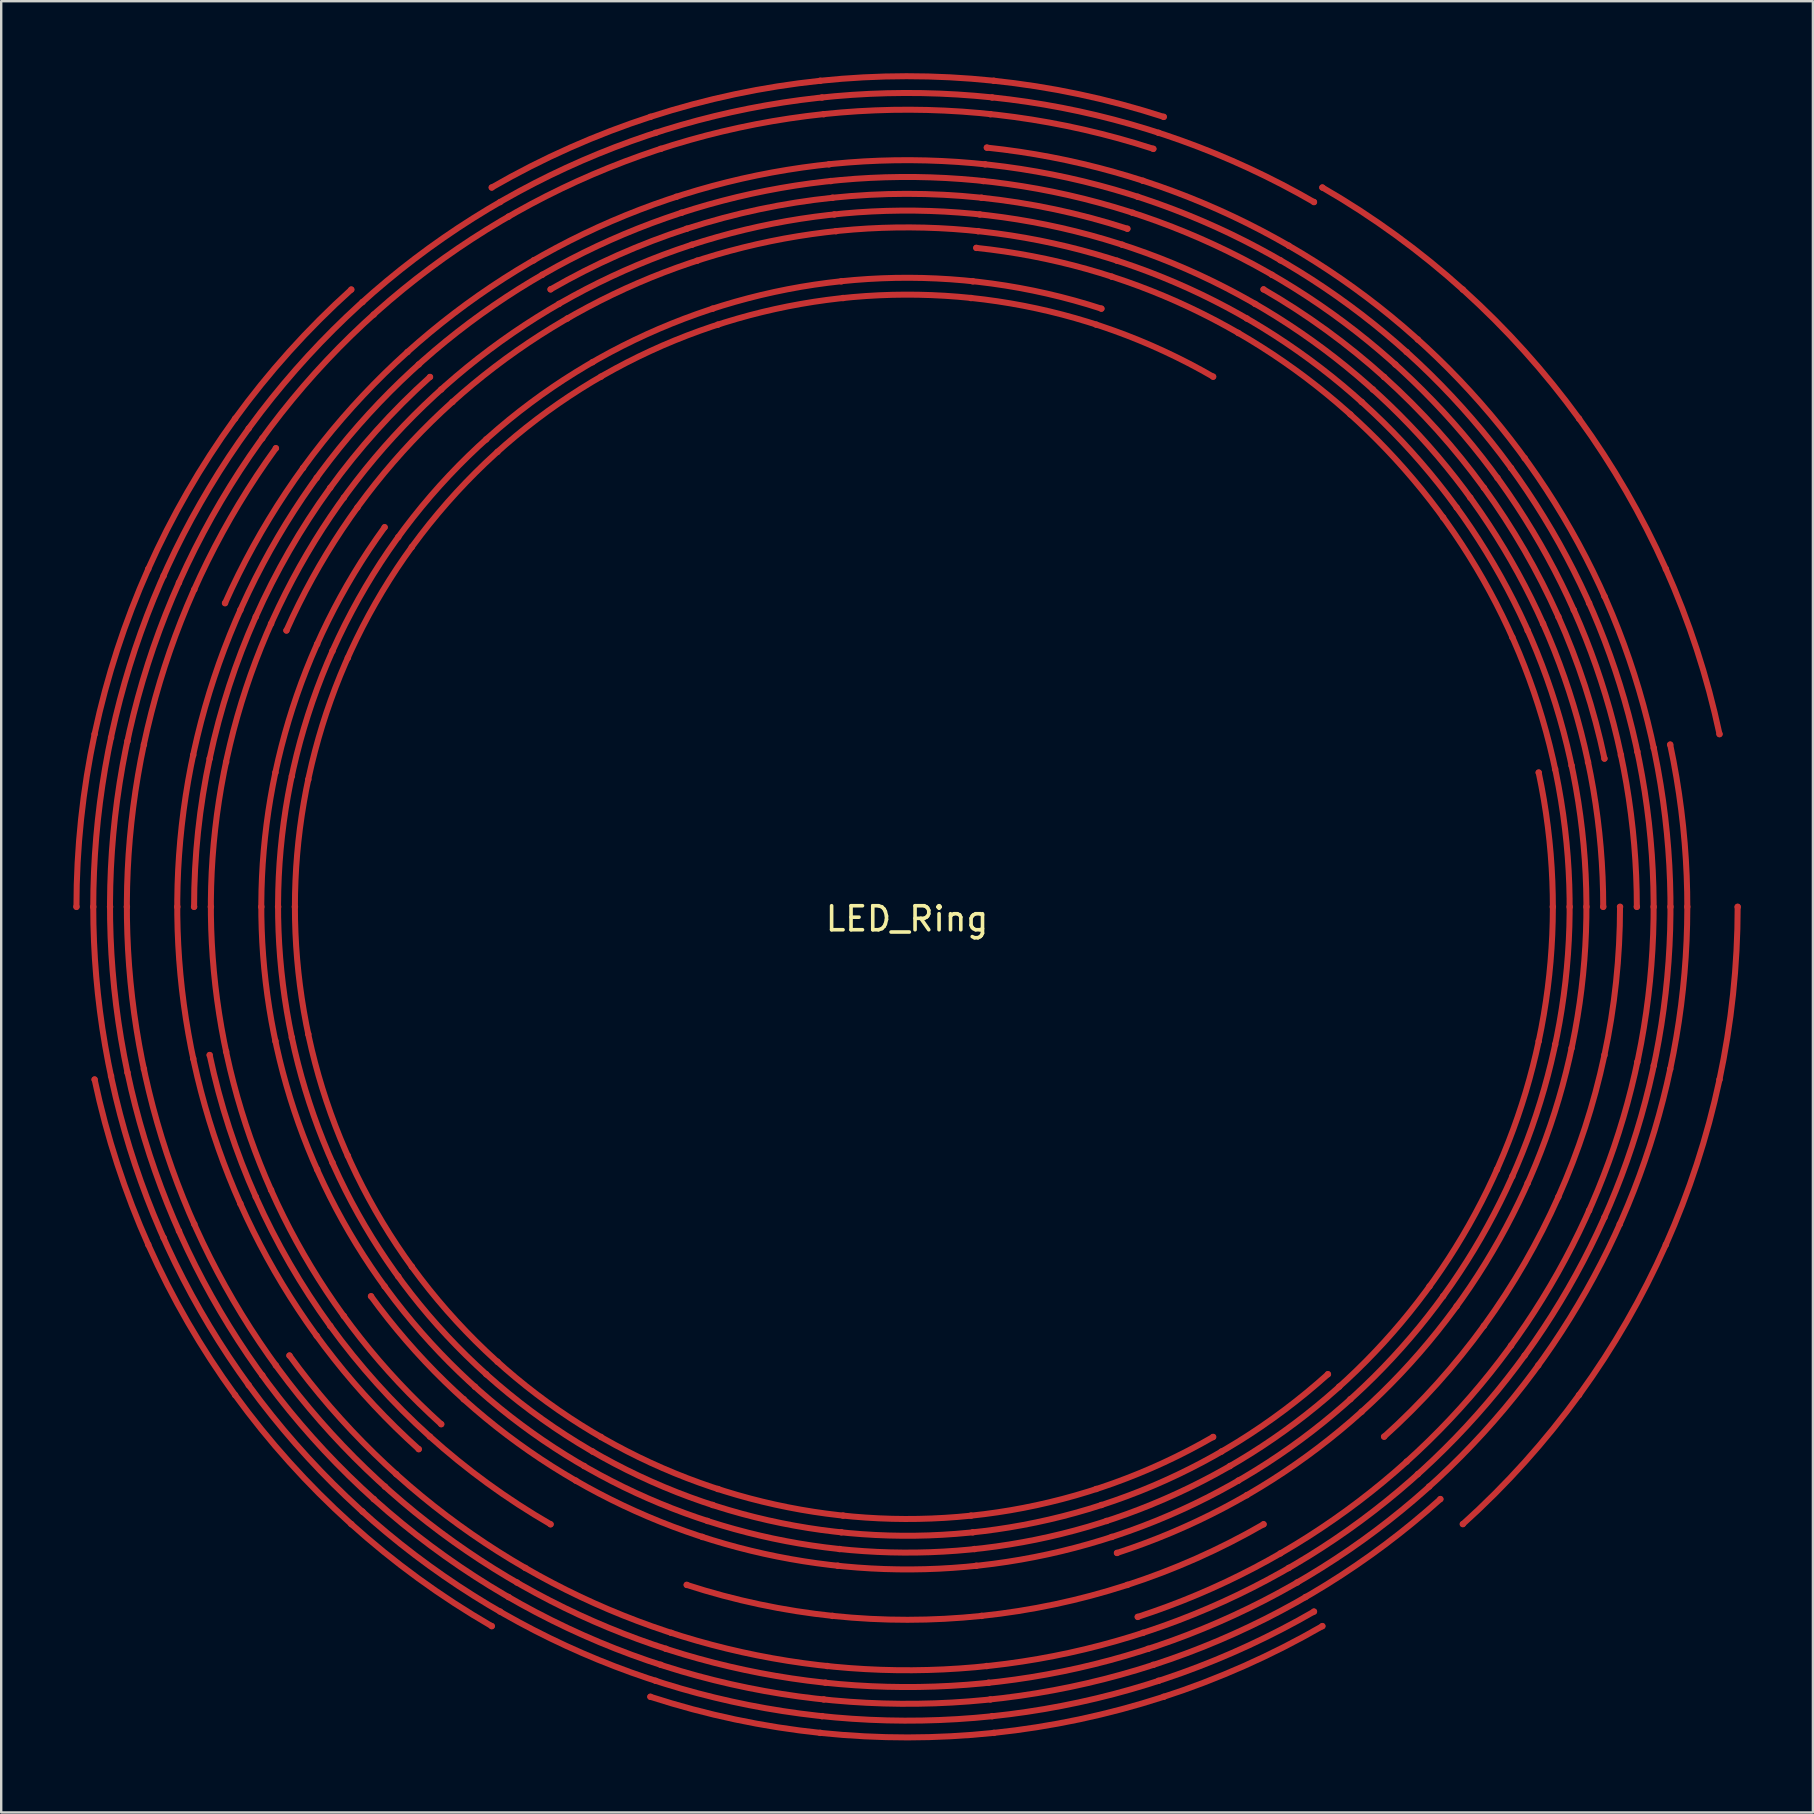
<source format=kicad_pcb>
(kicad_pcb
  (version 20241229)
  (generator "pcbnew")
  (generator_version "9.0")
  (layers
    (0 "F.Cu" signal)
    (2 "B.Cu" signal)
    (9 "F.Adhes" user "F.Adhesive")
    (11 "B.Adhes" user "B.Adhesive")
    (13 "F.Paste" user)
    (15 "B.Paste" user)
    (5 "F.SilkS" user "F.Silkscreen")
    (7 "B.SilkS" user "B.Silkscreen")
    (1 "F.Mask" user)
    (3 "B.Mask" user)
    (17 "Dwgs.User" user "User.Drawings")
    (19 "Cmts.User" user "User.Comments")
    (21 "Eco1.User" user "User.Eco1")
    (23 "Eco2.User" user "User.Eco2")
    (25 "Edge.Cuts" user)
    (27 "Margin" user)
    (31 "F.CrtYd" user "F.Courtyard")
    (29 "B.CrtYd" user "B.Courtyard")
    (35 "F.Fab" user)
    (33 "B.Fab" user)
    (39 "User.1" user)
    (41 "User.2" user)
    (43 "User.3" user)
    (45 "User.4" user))
  (footprint "LED_Ring"
    (layer "F.Cu")
    (at 34.735 34.725)
    (property "Reference" "LED_Ring" (at 0 0.5 0) (layer "F.SilkS") (effects (font (size 1 1) (thickness 0.15))))
    (attr through_hole)
    (fp_arc (start -34.6 0) (mid -31.608673 -14.073088) (end -23.151919 -25.712811) (stroke (width 0.25) (type solid)) (layer "F.Cu"))
    (fp_arc (start -29.7 0) (mid -27.1323 -12.080078) (end -19.873179 -22.071401) (stroke (width 0.25) (type solid)) (layer "F.Cu"))
    (fp_arc (start -28.411264 -12.649509) (mid 23.111804 -20.809962) (end 9.610429 29.577858) (stroke (width 0.25) (type solid)) (layer "F.Cu"))
    (fp_arc (start -25.853336 -11.510647) (mid 21.030998 -18.936396) (end 8.745181 26.914899) (stroke (width 0.25) (type solid)) (layer "F.Cu"))
    (fp_arc (start -20.34157 22.591603) (mid -12.364794 -27.771782) (end 30.4 0) (stroke (width 0.25) (type solid)) (layer "F.Cu"))
    (fp_arc (start -19.404788 21.5512) (mid -11.795363 -26.492819) (end 29 0) (stroke (width 0.25) (type solid)) (layer "F.Cu"))
    (fp_arc (start -17.3 -29.964479) (mid -3.616685 -34.410458) (end 10.691988 -32.906555) (stroke (width 0.25) (type solid)) (layer "F.Cu"))
    (fp_arc (start -17.3 29.964479) (mid -27.991988 20.33737) (end -33.843907 7.193745) (stroke (width 0.25) (type solid)) (layer "F.Cu"))
    (fp_arc (start -14.85 -25.720954) (mid -3.104496 -29.5373) (end 9.177804 -28.246378) (stroke (width 0.25) (type solid)) (layer "F.Cu"))
    (fp_arc (start -14.85 25.720954) (mid -24.027804 17.457222) (end -29.050983 6.174977) (stroke (width 0.25) (type solid)) (layer "F.Cu"))
    (fp_arc (start 2.884986 -27.448804) (mid 23.902301 13.8) (end -22.328869 16.222873) (stroke (width 0.25) (type solid)) (layer "F.Cu"))
    (fp_arc (start 3.324004 -31.625797) (mid 27.539609 15.899999) (end -25.72674 18.691572) (stroke (width 0.25) (type solid)) (layer "F.Cu"))
    (fp_arc (start 12.75 22.083648) (mid -25.5 0) (end 12.75 -22.083648) (stroke (width 0.25) (type solid)) (layer "F.Cu"))
    (fp_arc (start 14.85 -25.720954) (mid 24.027804 -17.457222) (end 29.050983 -6.174977) (stroke (width 0.25) (type solid)) (layer "F.Cu"))
    (fp_arc (start 14.85 25.720954) (mid 3.104496 29.5373) (end -9.177804 28.246378) (stroke (width 0.25) (type solid)) (layer "F.Cu"))
    (fp_arc (start 16.950001 29.358261) (mid -33.9 0.000001) (end 16.949999 -29.358262) (stroke (width 0.25) (type solid)) (layer "F.Cu"))
    (fp_arc (start 17.3 -29.964479) (mid 27.991988 -20.33737) (end 33.843907 -7.193745) (stroke (width 0.25) (type solid)) (layer "F.Cu"))
    (fp_arc (start 17.3 29.964479) (mid 3.616685 34.410458) (end -10.691988 32.906555) (stroke (width 0.25) (type solid)) (layer "F.Cu"))
    (fp_arc (start 17.531222 19.470394) (mid -25.627467 5.447287) (end 8.096245 -24.917681) (stroke (width 0.25) (type solid)) (layer "F.Cu"))
    (fp_arc (start 22.215136 24.672409) (mid -32.474501 6.902668) (end 10.259365 -31.575077) (stroke (width 0.25) (type solid)) (layer "F.Cu"))
    (fp_arc (start 26.31217 -5.592825) (mid -5.592824 26.31217) (end -21.762557 -15.811423) (stroke (width 0.25) (type solid)) (layer "F.Cu"))
    (fp_arc (start 29.7 0) (mid 27.1323 12.080078) (end 19.873179 22.071401) (stroke (width 0.25) (type solid)) (layer "F.Cu"))
    (fp_arc (start 31.789797 -6.75713) (mid -6.75713 31.789797) (end -26.293052 -19.103021) (stroke (width 0.25) (type solid)) (layer "F.Cu"))
    (fp_arc (start 34.6 0) (mid 31.608673 14.073088) (end 23.151919 25.712811) (stroke (width 0.25) (type solid)) (layer "F.Cu"))
    (pad "1" smd circle (at -29.7 0) (size 0.27 0.27) (layers "F.Cu"))
    (pad "1" smd circle (at -29 0) (size 0.27 0.27) (layers "F.Cu"))
    (pad "1" smd circle (at -28.366 -6.029) (size 0.27 0.27) (layers "F.Cu"))
    (pad "1" smd circle (at -28.366 6.029) (size 0.27 0.27) (layers "F.Cu"))
    (pad "1" smd circle (at -26.493 -11.795) (size 0.27 0.27) (layers "F.Cu"))
    (pad "1" smd circle (at -26.493 11.795) (size 0.27 0.27) (layers "F.Cu"))
    (pad "1" smd circle (at -25.727 18.692) (size 0.27 0.27) (layers "F.Cu"))
    (pad "1" smd circle (at -23.461 -17.046) (size 0.27 0.27) (layers "F.Cu"))
    (pad "1" smd circle (at -23.461 17.046) (size 0.27 0.27) (layers "F.Cu"))
    (pad "1" smd circle (at -22.329 16.223) (size 0.27 0.27) (layers "F.Cu"))
    (pad "1" smd circle (at -21.763 -15.811) (size 0.27 0.27) (layers "F.Cu"))
    (pad "1" smd circle (at -19.405 -21.551) (size 0.27 0.27) (layers "F.Cu"))
    (pad "1" smd circle (at -19.405 21.551) (size 0.27 0.27) (layers "F.Cu"))
    (pad "1" smd circle (at -14.85 -25.721) (size 0.27 0.27) (layers "F.Cu"))
    (pad "1" smd circle (at -14.85 25.721) (size 0.27 0.27) (layers "F.Cu"))
    (pad "1" smd circle (at -14.5 -25.115) (size 0.27 0.27) (layers "F.Cu"))
    (pad "1" smd circle (at -8.961 -27.581) (size 0.27 0.27) (layers "F.Cu"))
    (pad "1" smd circle (at -3.031 -28.841) (size 0.27 0.27) (layers "F.Cu"))
    (pad "1" smd circle (at 3.031 -28.841) (size 0.27 0.27) (layers "F.Cu"))
    (pad "1" smd circle (at 8.096 -24.918) (size 0.27 0.27) (layers "F.Cu"))
    (pad "1" smd circle (at 8.745 26.915) (size 0.27 0.27) (layers "F.Cu"))
    (pad "1" smd circle (at 8.961 -27.581) (size 0.27 0.27) (layers "F.Cu"))
    (pad "1" smd circle (at 9.61 29.578) (size 0.27 0.27) (layers "F.Cu"))
    (pad "1" smd circle (at 12.75 22.084) (size 0.27 0.27) (layers "F.Cu"))
    (pad "1" smd circle (at 14.5 -25.115) (size 0.27 0.27) (layers "F.Cu"))
    (pad "1" smd circle (at 14.85 -25.721) (size 0.27 0.27) (layers "F.Cu"))
    (pad "1" smd circle (at 14.85 25.721) (size 0.27 0.27) (layers "F.Cu"))
    (pad "1" smd circle (at 16.95 29.358) (size 0.27 0.27) (layers "F.Cu"))
    (pad "1" smd circle (at 19.405 -21.551) (size 0.27 0.27) (layers "F.Cu"))
    (pad "1" smd circle (at 22.215 24.672) (size 0.27 0.27) (layers "F.Cu"))
    (pad "1" smd circle (at 23.461 -17.046) (size 0.27 0.27) (layers "F.Cu"))
    (pad "1" smd circle (at 26.493 -11.795) (size 0.27 0.27) (layers "F.Cu"))
    (pad "1" smd circle (at 28.366 -6.029) (size 0.27 0.27) (layers "F.Cu"))
    (pad "1" smd circle (at 29 0) (size 0.27 0.27) (layers "F.Cu"))
    (pad "1" smd circle (at 29.7 0) (size 0.27 0.27) (layers "F.Cu"))
    (pad "1" smd circle (at 30.4 0) (size 0.27 0.27) (layers "F.Cu"))
    (pad "1" smd circle (at 31.79 -6.757) (size 0.27 0.27) (layers "F.Cu"))
    (pad "1" smd circle (at 34.6 0) (size 0.27 0.27) (layers "F.Cu"))
    (pad "2" smd circle (at -29.051 -6.175) (size 0.27 0.27) (layers "F.Cu"))
    (pad "2" smd circle (at -24.574 -10.941) (size 0.27 0.27) (layers "F.Cu"))
    (pad "2" smd circle (at -21.278 23.632) (size 0.27 0.27) (layers "F.Cu"))
    (pad "2" smd circle (at -19.873 22.071) (size 0.27 0.27) (layers "F.Cu"))
    (pad "2" smd circle (at -18.468 20.511) (size 0.27 0.27) (layers "F.Cu"))
    (pad "2" smd circle (at -9.178 -28.246) (size 0.27 0.27) (layers "F.Cu"))
    (pad "2" smd circle (at 2.739 -26.056) (size 0.27 0.27) (layers "F.Cu"))
    (pad "2" smd circle (at 7.88 24.252) (size 0.27 0.27) (layers "F.Cu"))
    (pad "2" smd circle (at 9.178 28.246) (size 0.27 0.27) (layers "F.Cu"))
    (pad "2" smd circle (at 10.476 32.241) (size 0.27 0.27) (layers "F.Cu"))
    (pad "2" smd circle (at 14.15 24.509) (size 0.27 0.27) (layers "F.Cu"))
    (pad "2" smd circle (at 15.55 26.933) (size 0.27 0.27) (layers "F.Cu"))
    (pad "2" smd circle (at 16.6 28.752) (size 0.27 0.27) (layers "F.Cu"))
    (pad "2" smd circle (at 19.873 -22.071) (size 0.27 0.27) (layers "F.Cu"))
    (pad "2" smd circle (at 29.051 6.175) (size 0.27 0.27) (layers "F.Cu"))
    (pad "2" smd circle (at 29.736 -6.321) (size 0.27 0.27) (layers "F.Cu"))
    (pad "2" smd circle (at 32.5 0) (size 0.27 0.27) (layers "F.Cu"))
    (pad "2" smd circle (at 33.844 7.194) (size 0.27 0.27) (layers "F.Cu"))
    (pad "3" smd circle (at -27.132 -12.08) (size 0.27 0.27) (layers "F.Cu"))
    (pad "3" smd circle (at -26.312 -5.593) (size 0.27 0.27) (layers "F.Cu"))
    (pad "3" smd circle (at -24.028 17.457) (size 0.27 0.27) (layers "F.Cu"))
    (pad "3" smd circle (at -15.9 27.54) (size 0.27 0.27) (layers "F.Cu"))
    (pad "3" smd circle (at -13.8 23.902) (size 0.27 0.27) (layers "F.Cu"))
    (pad "3" smd circle (at -3.104 -29.537) (size 0.27 0.27) (layers "F.Cu"))
    (pad "3" smd circle (at -2.739 -26.056) (size 0.27 0.27) (layers "F.Cu"))
    (pad "3" smd circle (at 2.665 25.36) (size 0.27 0.27) (layers "F.Cu"))
    (pad "3" smd circle (at 3.104 29.537) (size 0.27 0.27) (layers "F.Cu"))
    (pad "3" smd circle (at 3.544 33.714) (size 0.27 0.27) (layers "F.Cu"))
    (pad "3" smd circle (at 10.259 31.575) (size 0.27 0.27) (layers "F.Cu"))
    (pad "3" smd circle (at 18.936 21.031) (size 0.27 0.27) (layers "F.Cu"))
    (pad "3" smd circle (at 20.81 23.112) (size 0.27 0.27) (layers "F.Cu"))
    (pad "3" smd circle (at 24.028 -17.457) (size 0.27 0.27) (layers "F.Cu"))
    (pad "3" smd circle (at 27.132 12.08) (size 0.27 0.27) (layers "F.Cu"))
    (pad "3" smd circle (at 27.772 -12.365) (size 0.27 0.27) (layers "F.Cu"))
    (pad "3" smd circle (at 31.609 14.073) (size 0.27 0.27) (layers "F.Cu"))
    (pad "3" smd circle (at 31.79 6.757) (size 0.27 0.27) (layers "F.Cu"))
    (pad "4" smd circle (at -27.132 12.08) (size 0.27 0.27) (layers "F.Cu"))
    (pad "4" smd circle (at -26.9 0) (size 0.27 0.27) (layers "F.Cu"))
    (pad "4" smd circle (at -24.028 -17.457) (size 0.27 0.27) (layers "F.Cu"))
    (pad "4" smd circle (at -9.827 30.244) (size 0.27 0.27) (layers "F.Cu"))
    (pad "4" smd circle (at -8.529 26.249) (size 0.27 0.27) (layers "F.Cu"))
    (pad "4" smd circle (at -8.096 -24.918) (size 0.27 0.27) (layers "F.Cu"))
    (pad "4" smd circle (at -3.544 33.714) (size 0.27 0.27) (layers "F.Cu"))
    (pad "4" smd circle (at -3.104 29.537) (size 0.27 0.27) (layers "F.Cu"))
    (pad "4" smd circle (at -2.665 25.36) (size 0.27 0.27) (layers "F.Cu"))
    (pad "4" smd circle (at 3.104 -29.537) (size 0.27 0.27) (layers "F.Cu"))
    (pad "4" smd circle (at 3.47 33.018) (size 0.27 0.27) (layers "F.Cu"))
    (pad "4" smd circle (at 22.895 16.634) (size 0.27 0.27) (layers "F.Cu"))
    (pad "4" smd circle (at 24.028 17.457) (size 0.27 0.27) (layers "F.Cu"))
    (pad "4" smd circle (at 24.594 -17.869) (size 0.27 0.27) (layers "F.Cu"))
    (pad "4" smd circle (at 25.16 18.28) (size 0.27 0.27) (layers "F.Cu"))
    (pad "4" smd circle (at 27.132 -12.08) (size 0.27 0.27) (layers "F.Cu"))
    (pad "4" smd circle (at 27.992 20.337) (size 0.27 0.27) (layers "F.Cu"))
    (pad "4" smd circle (at 29.69 13.219) (size 0.27 0.27) (layers "F.Cu"))
    (pad "5" smd circle (at -29.051 6.175) (size 0.27 0.27) (layers "F.Cu"))
    (pad "5" smd circle (at -26.312 5.593) (size 0.27 0.27) (layers "F.Cu"))
    (pad "5" smd circle (at -19.873 -22.071) (size 0.27 0.27) (layers "F.Cu"))
    (pad "5" smd circle (at -13.1 -22.69) (size 0.27 0.27) (layers "F.Cu"))
    (pad "5" smd circle (at -10.476 32.241) (size 0.27 0.27) (layers "F.Cu"))
    (pad "5" smd circle (at -9.178 28.246) (size 0.27 0.27) (layers "F.Cu"))
    (pad "5" smd circle (at -7.88 24.252) (size 0.27 0.27) (layers "F.Cu"))
    (pad "5" smd circle (at -3.47 33.018) (size 0.27 0.27) (layers "F.Cu"))
    (pad "5" smd circle (at -3.324 31.626) (size 0.27 0.27) (layers "F.Cu"))
    (pad "5" smd circle (at -2.885 27.449) (size 0.27 0.27) (layers "F.Cu"))
    (pad "5" smd circle (at 9.178 -28.246) (size 0.27 0.27) (layers "F.Cu"))
    (pad "5" smd circle (at 19.873 22.071) (size 0.27 0.27) (layers "F.Cu"))
    (pad "5" smd circle (at 20.342 -22.592) (size 0.27 0.27) (layers "F.Cu"))
    (pad "5" smd circle (at 23.152 25.713) (size 0.27 0.27) (layers "F.Cu"))
    (pad "5" smd circle (at 25.853 11.511) (size 0.27 0.27) (layers "F.Cu"))
    (pad "5" smd circle (at 26.293 19.103) (size 0.27 0.27) (layers "F.Cu"))
    (pad "5" smd circle (at 28.411 12.65) (size 0.27 0.27) (layers "F.Cu"))
    (pad "5" smd circle (at 29.051 -6.175) (size 0.27 0.27) (layers "F.Cu"))
    (pad "6" smd circle (at -24.574 10.941) (size 0.27 0.27) (layers "F.Cu"))
    (pad "6" smd circle (at -17.531 -19.47) (size 0.27 0.27) (layers "F.Cu"))
    (pad "6" smd circle (at -16.95 29.358) (size 0.27 0.27) (layers "F.Cu"))
    (pad "6" smd circle (at -12.75 22.084) (size 0.27 0.27) (layers "F.Cu"))
    (pad "6" smd circle (at -10.259 31.575) (size 0.27 0.27) (layers "F.Cu"))
    (pad "6" smd circle (at 2.885 27.449) (size 0.27 0.27) (layers "F.Cu"))
    (pad "6" smd circle (at 3.324 31.626) (size 0.27 0.27) (layers "F.Cu"))
    (pad "6" smd circle (at 15.2 -26.327) (size 0.27 0.27) (layers "F.Cu"))
    (pad "6" smd circle (at 17.3 29.964) (size 0.27 0.27) (layers "F.Cu"))
    (pad "6" smd circle (at 21.747 24.152) (size 0.27 0.27) (layers "F.Cu"))
    (pad "6" smd circle (at 27.682 5.884) (size 0.27 0.27) (layers "F.Cu"))
    (pad "6" smd circle (at 30.42 6.466) (size 0.27 0.27) (layers "F.Cu"))
    (pad "7" smd circle (at -22.684 25.193) (size 0.27 0.27) (layers "F.Cu"))
    (pad "7" smd circle (at -21.763 15.811) (size 0.27 0.27) (layers "F.Cu"))
    (pad "7" smd circle (at -21.196 -15.4) (size 0.27 0.27) (layers "F.Cu"))
    (pad "7" smd circle (at -17.063 18.95) (size 0.27 0.27) (layers "F.Cu"))
    (pad "7" smd circle (at -16.6 28.752) (size 0.27 0.27) (layers "F.Cu"))
    (pad "7" smd circle (at 8.529 26.249) (size 0.27 0.27) (layers "F.Cu"))
    (pad "7" smd circle (at 9.394 -28.912) (size 0.27 0.27) (layers "F.Cu"))
    (pad "7" smd circle (at 9.827 30.244) (size 0.27 0.27) (layers "F.Cu"))
    (pad "7" smd circle (at 10.692 32.907) (size 0.27 0.27) (layers "F.Cu"))
    (pad "7" smd circle (at 16.25 28.146) (size 0.27 0.27) (layers "F.Cu"))
    (pad "7" smd circle (at 28.3 0) (size 0.27 0.27) (layers "F.Cu"))
    (pad "7" smd circle (at 31.1 0) (size 0.27 0.27) (layers "F.Cu"))
    (pad "8" smd circle (at -27.426 19.926) (size 0.27 0.27) (layers "F.Cu"))
    (pad "8" smd circle (at -23.935 -10.656) (size 0.27 0.27) (layers "F.Cu"))
    (pad "8" smd circle (at -22.215 24.672) (size 0.27 0.27) (layers "F.Cu"))
    (pad "8" smd circle (at -20.63 14.989) (size 0.27 0.27) (layers "F.Cu"))
    (pad "8" smd circle (at -18 19.991) (size 0.27 0.27) (layers "F.Cu"))
    (pad "8" smd circle (at 3.178 -30.233) (size 0.27 0.27) (layers "F.Cu"))
    (pad "8" smd circle (at 3.617 34.41) (size 0.27 0.27) (layers "F.Cu"))
    (pad "8" smd circle (at 10.043 30.909) (size 0.27 0.27) (layers "F.Cu"))
    (pad "8" smd circle (at 13.8 23.902) (size 0.27 0.27) (layers "F.Cu"))
    (pad "8" smd circle (at 15.9 27.54) (size 0.27 0.27) (layers "F.Cu"))
    (pad "8" smd circle (at 27.682 -5.884) (size 0.27 0.27) (layers "F.Cu"))
    (pad "8" smd circle (at 30.42 -6.466) (size 0.27 0.27) (layers "F.Cu"))
    (pad "9" smd circle (at -30.969 13.788) (size 0.27 0.27) (layers "F.Cu"))
    (pad "9" smd circle (at -26.859 19.514) (size 0.27 0.27) (layers "F.Cu"))
    (pad "9" smd circle (at -25.627 -5.447) (size 0.27 0.27) (layers "F.Cu"))
    (pad "9" smd circle (at -23.295 10.372) (size 0.27 0.27) (layers "F.Cu"))
    (pad "9" smd circle (at -13.45 23.296) (size 0.27 0.27) (layers "F.Cu"))
    (pad "9" smd circle (at -3.617 34.41) (size 0.27 0.27) (layers "F.Cu"))
    (pad "9" smd circle (at -3.178 -30.233) (size 0.27 0.27) (layers "F.Cu"))
    (pad "9" smd circle (at 3.397 32.322) (size 0.27 0.27) (layers "F.Cu"))
    (pad "9" smd circle (at 18.468 20.511) (size 0.27 0.27) (layers "F.Cu"))
    (pad "9" smd circle (at 21.278 23.632) (size 0.27 0.27) (layers "F.Cu"))
    (pad "9" smd circle (at 25.853 -11.511) (size 0.27 0.27) (layers "F.Cu"))
    (pad "9" smd circle (at 28.411 -12.65) (size 0.27 0.27) (layers "F.Cu"))
    (pad "10" smd circle (at -33.159 7.048) (size 0.27 0.27) (layers "F.Cu"))
    (pad "10" smd circle (at -30.33 13.504) (size 0.27 0.27) (layers "F.Cu"))
    (pad "10" smd circle (at -26.2 0) (size 0.27 0.27) (layers "F.Cu"))
    (pad "10" smd circle (at -24.943 5.302) (size 0.27 0.27) (layers "F.Cu"))
    (pad "10" smd circle (at -10.692 32.907) (size 0.27 0.27) (layers "F.Cu"))
    (pad "10" smd circle (at -9.394 -28.912) (size 0.27 0.27) (layers "F.Cu"))
    (pad "10" smd circle (at -8.313 25.583) (size 0.27 0.27) (layers "F.Cu"))
    (pad "10" smd circle (at -3.397 32.322) (size 0.27 0.27) (layers "F.Cu"))
    (pad "10" smd circle (at 22.329 16.223) (size 0.27 0.27) (layers "F.Cu"))
    (pad "10" smd circle (at 22.895 -16.634) (size 0.27 0.27) (layers "F.Cu"))
    (pad "10" smd circle (at 25.16 -18.28) (size 0.27 0.27) (layers "F.Cu"))
    (pad "10" smd circle (at 25.727 18.692) (size 0.27 0.27) (layers "F.Cu"))
    (pad "11" smd circle (at -33.9 0.000001) (size 0.27 0.27) (layers "F.Cu"))
    (pad "11" smd circle (at -32.475 6.903) (size 0.27 0.27) (layers "F.Cu"))
    (pad "11" smd circle (at -25.627 5.447) (size 0.27 0.27) (layers "F.Cu"))
    (pad "11" smd circle (at -25.5 0) (size 0.27 0.27) (layers "F.Cu"))
    (pad "11" smd circle (at -17.3 29.964) (size 0.27 0.27) (layers "F.Cu"))
    (pad "11" smd circle (at -15.2 -26.327) (size 0.27 0.27) (layers "F.Cu"))
    (pad "11" smd circle (at -10.043 30.909) (size 0.27 0.27) (layers "F.Cu"))
    (pad "11" smd circle (at -2.812 26.753) (size 0.27 0.27) (layers "F.Cu"))
    (pad "11" smd circle (at 18.936 -21.031) (size 0.27 0.27) (layers "F.Cu"))
    (pad "11" smd circle (at 20.81 -23.112) (size 0.27 0.27) (layers "F.Cu"))
    (pad "11" smd circle (at 25.214 11.226) (size 0.27 0.27) (layers "F.Cu"))
    (pad "11" smd circle (at 29.051 12.934) (size 0.27 0.27) (layers "F.Cu"))
    (pad "12" smd circle (at -33.2 -0.000001) (size 0.27 0.27) (layers "F.Cu"))
    (pad "12" smd circle (at -33.159 -7.048) (size 0.27 0.27) (layers "F.Cu"))
    (pad "12" smd circle (at -24.943 -5.302) (size 0.27 0.27) (layers "F.Cu"))
    (pad "12" smd circle (at -23.935 10.656) (size 0.27 0.27) (layers "F.Cu"))
    (pad "12" smd circle (at -23.152 25.713) (size 0.27 0.27) (layers "F.Cu"))
    (pad "12" smd circle (at -20.342 -22.592) (size 0.27 0.27) (layers "F.Cu"))
    (pad "12" smd circle (at -16.25 28.146) (size 0.27 0.27) (layers "F.Cu"))
    (pad "12" smd circle (at 2.812 26.753) (size 0.27 0.27) (layers "F.Cu"))
    (pad "12" smd circle (at 14.15 -24.509) (size 0.27 0.27) (layers "F.Cu"))
    (pad "12" smd circle (at 15.55 -26.933) (size 0.27 0.27) (layers "F.Cu"))
    (pad "12" smd circle (at 26.997 5.738) (size 0.27 0.27) (layers "F.Cu"))
    (pad "12" smd circle (at 31.105 6.612) (size 0.27 0.27) (layers "F.Cu"))
    (pad "13" smd circle (at -32.475 -6.903) (size 0.27 0.27) (layers "F.Cu"))
    (pad "13" smd circle (at -30.969 -13.788) (size 0.27 0.27) (layers "F.Cu"))
    (pad "13" smd circle (at -27.992 20.337) (size 0.27 0.27) (layers "F.Cu"))
    (pad "13" smd circle (at -24.594 -17.869) (size 0.27 0.27) (layers "F.Cu"))
    (pad "13" smd circle (at -23.295 -10.372) (size 0.27 0.27) (layers "F.Cu"))
    (pad "13" smd circle (at -21.747 24.152) (size 0.27 0.27) (layers "F.Cu"))
    (pad "13" smd circle (at -21.196 15.4) (size 0.27 0.27) (layers "F.Cu"))
    (pad "13" smd circle (at 8.313 25.583) (size 0.27 0.27) (layers "F.Cu"))
    (pad "13" smd circle (at 8.745 -26.915) (size 0.27 0.27) (layers "F.Cu"))
    (pad "13" smd circle (at 9.61 -29.578) (size 0.27 0.27) (layers "F.Cu"))
    (pad "13" smd circle (at 27.6 0) (size 0.27 0.27) (layers "F.Cu"))
    (pad "13" smd circle (at 31.8 -0.000001) (size 0.27 0.27) (layers "F.Cu"))
    (pad "14" smd circle (at -31.609 14.073) (size 0.27 0.27) (layers "F.Cu"))
    (pad "14" smd circle (at -30.33 -13.504) (size 0.27 0.27) (layers "F.Cu"))
    (pad "14" smd circle (at -27.772 -12.365) (size 0.27 0.27) (layers "F.Cu"))
    (pad "14" smd circle (at -27.426 -19.926) (size 0.27 0.27) (layers "F.Cu"))
    (pad "14" smd circle (at -26.293 19.103) (size 0.27 0.27) (layers "F.Cu"))
    (pad "14" smd circle (at -20.63 -14.989) (size 0.27 0.27) (layers "F.Cu"))
    (pad "14" smd circle (at -17.531 19.47) (size 0.27 0.27) (layers "F.Cu"))
    (pad "14" smd circle (at 2.958 -28.145) (size 0.27 0.27) (layers "F.Cu"))
    (pad "14" smd circle (at 3.251 -30.93) (size 0.27 0.27) (layers "F.Cu"))
    (pad "14" smd circle (at 13.45 23.296) (size 0.27 0.27) (layers "F.Cu"))
    (pad "14" smd circle (at 26.997 -5.738) (size 0.27 0.27) (layers "F.Cu"))
    (pad "14" smd circle (at 31.105 -6.612) (size 0.27 0.27) (layers "F.Cu"))
    (pad "15" smd circle (at -33.844 7.194) (size 0.27 0.27) (layers "F.Cu"))
    (pad "15" smd circle (at -29.736 -6.321) (size 0.27 0.27) (layers "F.Cu"))
    (pad "15" smd circle (at -29.69 13.219) (size 0.27 0.27) (layers "F.Cu"))
    (pad "15" smd circle (at -26.859 -19.514) (size 0.27 0.27) (layers "F.Cu"))
    (pad "15" smd circle (at -22.684 -25.193) (size 0.27 0.27) (layers "F.Cu"))
    (pad "15" smd circle (at -17.063 -18.95) (size 0.27 0.27) (layers "F.Cu"))
    (pad "15" smd circle (at -13.1 22.69) (size 0.27 0.27) (layers "F.Cu"))
    (pad "15" smd circle (at -3.251 -30.93) (size 0.27 0.27) (layers "F.Cu"))
    (pad "15" smd circle (at -2.958 -28.145) (size 0.27 0.27) (layers "F.Cu"))
    (pad "15" smd circle (at 18 19.991) (size 0.27 0.27) (layers "F.Cu"))
    (pad "15" smd circle (at 25.214 -11.226) (size 0.27 0.27) (layers "F.Cu"))
    (pad "15" smd circle (at 29.051 -12.934) (size 0.27 0.27) (layers "F.Cu"))
    (pad "16" smd circle (at -34.6 0) (size 0.27 0.27) (layers "F.Cu"))
    (pad "16" smd circle (at -31.79 6.757) (size 0.27 0.27) (layers "F.Cu"))
    (pad "16" smd circle (at -30.4 0) (size 0.27 0.27) (layers "F.Cu"))
    (pad "16" smd circle (at -22.215 -24.672) (size 0.27 0.27) (layers "F.Cu"))
    (pad "16" smd circle (at -16.95 -29.358) (size 0.27 0.27) (layers "F.Cu"))
    (pad "16" smd circle (at -12.75 -22.084) (size 0.27 0.27) (layers "F.Cu"))
    (pad "16" smd circle (at -9.61 -29.578) (size 0.27 0.27) (layers "F.Cu"))
    (pad "16" smd circle (at -8.745 -26.915) (size 0.27 0.27) (layers "F.Cu"))
    (pad "16" smd circle (at -8.096 24.918) (size 0.27 0.27) (layers "F.Cu"))
    (pad "16" smd circle (at 21.763 15.811) (size 0.27 0.27) (layers "F.Cu"))
    (pad "16" smd circle (at 22.329 -16.223) (size 0.27 0.27) (layers "F.Cu"))
    (pad "16" smd circle (at 25.727 -18.692) (size 0.27 0.27) (layers "F.Cu"))
    (pad "17" smd circle (at -33.844 -7.194) (size 0.27 0.27) (layers "F.Cu"))
    (pad "17" smd circle (at -32.5 0) (size 0.27 0.27) (layers "F.Cu"))
    (pad "17" smd circle (at -29.736 6.321) (size 0.27 0.27) (layers "F.Cu"))
    (pad "17" smd circle (at -16.6 -28.752) (size 0.27 0.27) (layers "F.Cu"))
    (pad "17" smd circle (at -15.55 -26.933) (size 0.27 0.27) (layers "F.Cu"))
    (pad "17" smd circle (at -14.15 -24.509) (size 0.27 0.27) (layers "F.Cu"))
    (pad "17" smd circle (at -10.476 -32.241) (size 0.27 0.27) (layers "F.Cu"))
    (pad "17" smd circle (at -7.88 -24.252) (size 0.27 0.27) (layers "F.Cu"))
    (pad "17" smd circle (at -2.739 26.056) (size 0.27 0.27) (layers "F.Cu"))
    (pad "17" smd circle (at 18.468 -20.511) (size 0.27 0.27) (layers "F.Cu"))
    (pad "17" smd circle (at 21.278 -23.632) (size 0.27 0.27) (layers "F.Cu"))
    (pad "17" smd circle (at 24.574 10.941) (size 0.27 0.27) (layers "F.Cu"))
    (pad "18" smd circle (at -31.79 -6.757) (size 0.27 0.27) (layers "F.Cu"))
    (pad "18" smd circle (at -31.609 -14.073) (size 0.27 0.27) (layers "F.Cu"))
    (pad "18" smd circle (at -27.772 12.365) (size 0.27 0.27) (layers "F.Cu"))
    (pad "18" smd circle (at -20.81 -23.112) (size 0.27 0.27) (layers "F.Cu"))
    (pad "18" smd circle (at -18.936 -21.031) (size 0.27 0.27) (layers "F.Cu"))
    (pad "18" smd circle (at -10.259 -31.575) (size 0.27 0.27) (layers "F.Cu"))
    (pad "18" smd circle (at -3.544 -33.714) (size 0.27 0.27) (layers "F.Cu"))
    (pad "18" smd circle (at -2.665 -25.36) (size 0.27 0.27) (layers "F.Cu"))
    (pad "18" smd circle (at 2.739 26.056) (size 0.27 0.27) (layers "F.Cu"))
    (pad "18" smd circle (at 13.8 -23.902) (size 0.27 0.27) (layers "F.Cu"))
    (pad "18" smd circle (at 15.9 -27.54) (size 0.27 0.27) (layers "F.Cu"))
    (pad "18" smd circle (at 26.312 5.593) (size 0.27 0.27) (layers "F.Cu"))
    (pad "19" smd circle (at -29.69 -13.219) (size 0.27 0.27) (layers "F.Cu"))
    (pad "19" smd circle (at -27.992 -20.337) (size 0.27 0.27) (layers "F.Cu"))
    (pad "19" smd circle (at -25.16 -18.28) (size 0.27 0.27) (layers "F.Cu"))
    (pad "19" smd circle (at -24.594 17.869) (size 0.27 0.27) (layers "F.Cu"))
    (pad "19" smd circle (at -22.895 -16.634) (size 0.27 0.27) (layers "F.Cu"))
    (pad "19" smd circle (at -3.47 -33.018) (size 0.27 0.27) (layers "F.Cu"))
    (pad "19" smd circle (at 2.665 -25.36) (size 0.27 0.27) (layers "F.Cu"))
    (pad "19" smd circle (at 3.544 -33.714) (size 0.27 0.27) (layers "F.Cu"))
    (pad "19" smd circle (at 8.096 24.918) (size 0.27 0.27) (layers "F.Cu"))
    (pad "19" smd circle (at 8.529 -26.249) (size 0.27 0.27) (layers "F.Cu"))
    (pad "19" smd circle (at 9.827 -30.244) (size 0.27 0.27) (layers "F.Cu"))
    (pad "19" smd circle (at 26.9 0) (size 0.27 0.27) (layers "F.Cu"))
    (pad "20" smd circle (at -28.411 -12.65) (size 0.27 0.27) (layers "F.Cu"))
    (pad "20" smd circle (at -26.293 -19.103) (size 0.27 0.27) (layers "F.Cu"))
    (pad "20" smd circle (at -25.853 -11.511) (size 0.27 0.27) (layers "F.Cu"))
    (pad "20" smd circle (at -23.152 -25.713) (size 0.27 0.27) (layers "F.Cu"))
    (pad "20" smd circle (at -20.342 22.592) (size 0.27 0.27) (layers "F.Cu"))
    (pad "20" smd circle (at 2.885 -27.449) (size 0.27 0.27) (layers "F.Cu"))
    (pad "20" smd circle (at 3.324 -31.626) (size 0.27 0.27) (layers "F.Cu"))
    (pad "20" smd circle (at 3.47 -33.018) (size 0.27 0.27) (layers "F.Cu"))
    (pad "20" smd circle (at 7.88 -24.252) (size 0.27 0.27) (layers "F.Cu"))
    (pad "20" smd circle (at 10.476 -32.241) (size 0.27 0.27) (layers "F.Cu"))
    (pad "20" smd circle (at 13.1 22.69) (size 0.27 0.27) (layers "F.Cu"))
    (pad "20" smd circle (at 26.312 -5.593) (size 0.27 0.27) (layers "F.Cu"))
    (pad "21" smd circle (at -17.3 -29.964) (size 0.27 0.27) (layers "F.Cu"))
    (pad "21" smd circle (at 10.259 -31.575) (size 0.27 0.27) (layers "F.Cu"))
    (pad "21" smd circle (at 12.75 -22.084) (size 0.27 0.27) (layers "F.Cu"))
    (pad "21" smd circle (at 16.95 -29.358) (size 0.27 0.27) (layers "F.Cu"))
    (pad "21" smd circle (at 17.531 19.47) (size 0.27 0.27) (layers "F.Cu"))
    (pad "22" smd circle (at -10.692 -32.907) (size 0.27 0.27) (layers "F.Cu"))
    (pad "23" smd circle (at -3.617 -34.41) (size 0.27 0.27) (layers "F.Cu"))
    (pad "24" smd circle (at 3.617 -34.41) (size 0.27 0.27) (layers "F.Cu"))
    (pad "25" smd circle (at 10.692 -32.907) (size 0.27 0.27) (layers "F.Cu"))
    (pad "26" smd circle (at 17.3 -29.964) (size 0.27 0.27) (layers "F.Cu"))
    (pad "27" smd circle (at 23.152 -25.713) (size 0.27 0.27) (layers "F.Cu"))
    (pad "28" smd circle (at 27.992 -20.337) (size 0.27 0.27) (layers "F.Cu"))
    (pad "29" smd circle (at 31.609 -14.073) (size 0.27 0.27) (layers "F.Cu"))
    (pad "30" smd circle (at 33.844 -7.194) (size 0.27 0.27) (layers "F.Cu")))
  (gr_rect
    (start -3 -3)
    (end 72.47 72.45)
    (stroke (width 0.1) (type default))
    (fill no)
    (layer "Edge.Cuts")))
</source>
